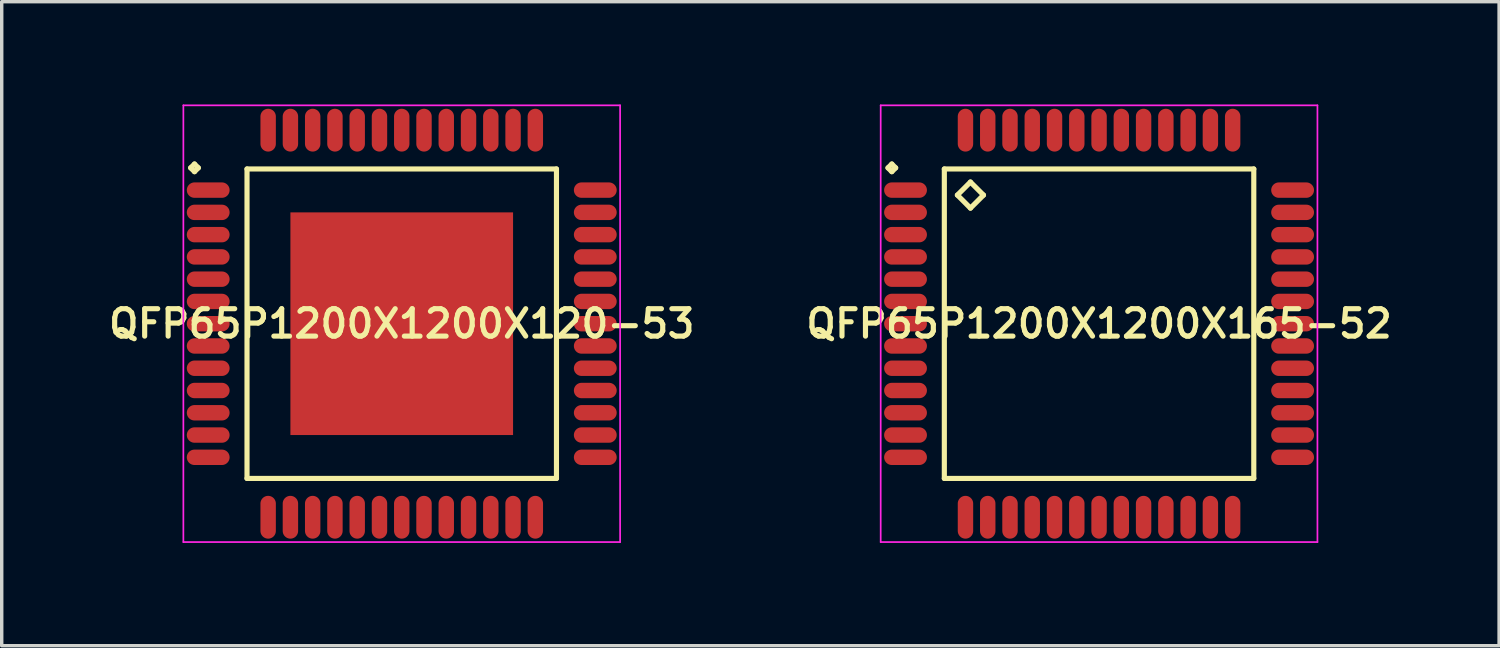
<source format=kicad_pcb>
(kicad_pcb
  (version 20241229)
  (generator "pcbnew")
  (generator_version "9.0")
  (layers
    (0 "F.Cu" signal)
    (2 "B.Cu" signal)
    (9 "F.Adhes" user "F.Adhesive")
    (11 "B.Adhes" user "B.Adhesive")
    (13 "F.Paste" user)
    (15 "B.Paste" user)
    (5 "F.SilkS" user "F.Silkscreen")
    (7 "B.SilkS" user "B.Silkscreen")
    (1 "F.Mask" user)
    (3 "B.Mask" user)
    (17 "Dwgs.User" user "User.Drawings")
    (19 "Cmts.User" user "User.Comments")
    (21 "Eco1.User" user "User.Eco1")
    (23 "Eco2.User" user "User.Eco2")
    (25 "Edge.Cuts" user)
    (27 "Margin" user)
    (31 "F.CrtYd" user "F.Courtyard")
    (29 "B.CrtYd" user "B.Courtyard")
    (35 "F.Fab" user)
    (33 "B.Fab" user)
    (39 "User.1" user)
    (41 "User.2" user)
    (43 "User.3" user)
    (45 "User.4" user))
  (footprint "QFP65P1200X1200X120-53"
    (layer "F.Cu")
    (at 8.678 6.4)
    (property "Reference" "QFP65P1200X1200X120-53" (at 0 0 0) (layer "F.SilkS") (effects (font (size 0.8 0.8) (thickness 0.15))))
    (attr smd)
    (fp_line (start -6.162 -4.55) (end -6.05 -4.662) (stroke (width 0.15) (type solid)) (layer "F.SilkS"))
    (fp_line (start -6.05 -4.662) (end -5.938 -4.55) (stroke (width 0.15) (type solid)) (layer "F.SilkS"))
    (fp_line (start -6.05 -4.438) (end -6.162 -4.55) (stroke (width 0.15) (type solid)) (layer "F.SilkS"))
    (fp_line (start -5.938 -4.55) (end -6.05 -4.438) (stroke (width 0.15) (type solid)) (layer "F.SilkS"))
    (fp_line (start -4.517 -4.517) (end -4.517 4.517) (stroke (width 0.15) (type solid)) (layer "F.SilkS"))
    (fp_line (start -4.517 4.517) (end 4.517 4.517) (stroke (width 0.15) (type solid)) (layer "F.SilkS"))
    (fp_line (start 4.517 -4.517) (end -4.517 -4.517) (stroke (width 0.15) (type solid)) (layer "F.SilkS"))
    (fp_line (start 4.517 4.517) (end 4.517 -4.517) (stroke (width 0.15) (type solid)) (layer "F.SilkS"))
    (fp_line (start -6.375 -6.375) (end 6.375 -6.375) (stroke (width 0.05) (type solid)) (layer "F.CrtYd"))
    (fp_line (start -6.375 6.375) (end -6.375 -6.375) (stroke (width 0.05) (type solid)) (layer "F.CrtYd"))
    (fp_line (start 6.375 -6.375) (end 6.375 6.375) (stroke (width 0.05) (type solid)) (layer "F.CrtYd"))
    (fp_line (start 6.375 6.375) (end -6.375 6.375) (stroke (width 0.05) (type solid)) (layer "F.CrtYd"))
    (pad "1" smd oval (at -5.65 -3.9) (size 1.25 0.45) (layers "F.Cu" "F.Mask" "F.Paste"))
    (pad "2" smd oval (at -5.65 -3.25) (size 1.25 0.45) (layers "F.Cu" "F.Mask" "F.Paste"))
    (pad "3" smd oval (at -5.65 -2.6) (size 1.25 0.45) (layers "F.Cu" "F.Mask" "F.Paste"))
    (pad "4" smd oval (at -5.65 -1.95) (size 1.25 0.45) (layers "F.Cu" "F.Mask" "F.Paste"))
    (pad "5" smd oval (at -5.65 -1.3) (size 1.25 0.45) (layers "F.Cu" "F.Mask" "F.Paste"))
    (pad "6" smd oval (at -5.65 -0.65) (size 1.25 0.45) (layers "F.Cu" "F.Mask" "F.Paste"))
    (pad "7" smd oval (at -5.65 0) (size 1.25 0.45) (layers "F.Cu" "F.Mask" "F.Paste"))
    (pad "8" smd oval (at -5.65 0.65) (size 1.25 0.45) (layers "F.Cu" "F.Mask" "F.Paste"))
    (pad "9" smd oval (at -5.65 1.3) (size 1.25 0.45) (layers "F.Cu" "F.Mask" "F.Paste"))
    (pad "10" smd oval (at -5.65 1.95) (size 1.25 0.45) (layers "F.Cu" "F.Mask" "F.Paste"))
    (pad "11" smd oval (at -5.65 2.6) (size 1.25 0.45) (layers "F.Cu" "F.Mask" "F.Paste"))
    (pad "12" smd oval (at -5.65 3.25) (size 1.25 0.45) (layers "F.Cu" "F.Mask" "F.Paste"))
    (pad "13" smd oval (at -5.65 3.9) (size 1.25 0.45) (layers "F.Cu" "F.Mask" "F.Paste"))
    (pad "14" smd oval (at -3.9 5.65) (size 0.45 1.25) (layers "F.Cu" "F.Mask" "F.Paste"))
    (pad "15" smd oval (at -3.25 5.65) (size 0.45 1.25) (layers "F.Cu" "F.Mask" "F.Paste"))
    (pad "16" smd oval (at -2.6 5.65) (size 0.45 1.25) (layers "F.Cu" "F.Mask" "F.Paste"))
    (pad "17" smd oval (at -1.95 5.65) (size 0.45 1.25) (layers "F.Cu" "F.Mask" "F.Paste"))
    (pad "18" smd oval (at -1.3 5.65) (size 0.45 1.25) (layers "F.Cu" "F.Mask" "F.Paste"))
    (pad "19" smd oval (at -0.65 5.65) (size 0.45 1.25) (layers "F.Cu" "F.Mask" "F.Paste"))
    (pad "20" smd oval (at 0 5.65) (size 0.45 1.25) (layers "F.Cu" "F.Mask" "F.Paste"))
    (pad "21" smd oval (at 0.65 5.65) (size 0.45 1.25) (layers "F.Cu" "F.Mask" "F.Paste"))
    (pad "22" smd oval (at 1.3 5.65) (size 0.45 1.25) (layers "F.Cu" "F.Mask" "F.Paste"))
    (pad "23" smd oval (at 1.95 5.65) (size 0.45 1.25) (layers "F.Cu" "F.Mask" "F.Paste"))
    (pad "24" smd oval (at 2.6 5.65) (size 0.45 1.25) (layers "F.Cu" "F.Mask" "F.Paste"))
    (pad "25" smd oval (at 3.25 5.65) (size 0.45 1.25) (layers "F.Cu" "F.Mask" "F.Paste"))
    (pad "26" smd oval (at 3.9 5.65) (size 0.45 1.25) (layers "F.Cu" "F.Mask" "F.Paste"))
    (pad "27" smd oval (at 5.65 3.9) (size 1.25 0.45) (layers "F.Cu" "F.Mask" "F.Paste"))
    (pad "28" smd oval (at 5.65 3.25) (size 1.25 0.45) (layers "F.Cu" "F.Mask" "F.Paste"))
    (pad "29" smd oval (at 5.65 2.6) (size 1.25 0.45) (layers "F.Cu" "F.Mask" "F.Paste"))
    (pad "30" smd oval (at 5.65 1.95) (size 1.25 0.45) (layers "F.Cu" "F.Mask" "F.Paste"))
    (pad "31" smd oval (at 5.65 1.3) (size 1.25 0.45) (layers "F.Cu" "F.Mask" "F.Paste"))
    (pad "32" smd oval (at 5.65 0.65) (size 1.25 0.45) (layers "F.Cu" "F.Mask" "F.Paste"))
    (pad "33" smd oval (at 5.65 0) (size 1.25 0.45) (layers "F.Cu" "F.Mask" "F.Paste"))
    (pad "34" smd oval (at 5.65 -0.65) (size 1.25 0.45) (layers "F.Cu" "F.Mask" "F.Paste"))
    (pad "35" smd oval (at 5.65 -1.3) (size 1.25 0.45) (layers "F.Cu" "F.Mask" "F.Paste"))
    (pad "36" smd oval (at 5.65 -1.95) (size 1.25 0.45) (layers "F.Cu" "F.Mask" "F.Paste"))
    (pad "37" smd oval (at 5.65 -2.6) (size 1.25 0.45) (layers "F.Cu" "F.Mask" "F.Paste"))
    (pad "38" smd oval (at 5.65 -3.25) (size 1.25 0.45) (layers "F.Cu" "F.Mask" "F.Paste"))
    (pad "39" smd oval (at 5.65 -3.9) (size 1.25 0.45) (layers "F.Cu" "F.Mask" "F.Paste"))
    (pad "40" smd oval (at 3.9 -5.65) (size 0.45 1.25) (layers "F.Cu" "F.Mask" "F.Paste"))
    (pad "41" smd oval (at 3.25 -5.65) (size 0.45 1.25) (layers "F.Cu" "F.Mask" "F.Paste"))
    (pad "42" smd oval (at 2.6 -5.65) (size 0.45 1.25) (layers "F.Cu" "F.Mask" "F.Paste"))
    (pad "43" smd oval (at 1.95 -5.65) (size 0.45 1.25) (layers "F.Cu" "F.Mask" "F.Paste"))
    (pad "44" smd oval (at 1.3 -5.65) (size 0.45 1.25) (layers "F.Cu" "F.Mask" "F.Paste"))
    (pad "45" smd oval (at 0.65 -5.65) (size 0.45 1.25) (layers "F.Cu" "F.Mask" "F.Paste"))
    (pad "46" smd oval (at 0 -5.65) (size 0.45 1.25) (layers "F.Cu" "F.Mask" "F.Paste"))
    (pad "47" smd oval (at -0.65 -5.65) (size 0.45 1.25) (layers "F.Cu" "F.Mask" "F.Paste"))
    (pad "48" smd oval (at -1.3 -5.65) (size 0.45 1.25) (layers "F.Cu" "F.Mask" "F.Paste"))
    (pad "49" smd oval (at -1.95 -5.65) (size 0.45 1.25) (layers "F.Cu" "F.Mask" "F.Paste"))
    (pad "50" smd oval (at -2.6 -5.65) (size 0.45 1.25) (layers "F.Cu" "F.Mask" "F.Paste"))
    (pad "51" smd oval (at -3.25 -5.65) (size 0.45 1.25) (layers "F.Cu" "F.Mask" "F.Paste"))
    (pad "52" smd oval (at -3.9 -5.65) (size 0.45 1.25) (layers "F.Cu" "F.Mask" "F.Paste"))
    (pad "53" smd rect (at 0 0) (size 6.5 6.5) (layers "F.Cu" "F.Mask" "F.Paste")))
  (footprint "QFP65P1200X1200X165-52"
    (layer "F.Cu")
    (at 29.035 6.4)
    (property "Reference" "QFP65P1200X1200X165-52" (at 0 0 0) (layer "F.SilkS") (effects (font (size 0.8 0.8) (thickness 0.15))))
    (attr smd)
    (fp_line (start -6.162 -4.55) (end -6.05 -4.662) (stroke (width 0.15) (type solid)) (layer "F.SilkS"))
    (fp_line (start -6.05 -4.662) (end -5.938 -4.55) (stroke (width 0.15) (type solid)) (layer "F.SilkS"))
    (fp_line (start -6.05 -4.438) (end -6.162 -4.55) (stroke (width 0.15) (type solid)) (layer "F.SilkS"))
    (fp_line (start -5.938 -4.55) (end -6.05 -4.438) (stroke (width 0.15) (type solid)) (layer "F.SilkS"))
    (fp_line (start -4.517 -4.517) (end -4.517 4.517) (stroke (width 0.15) (type solid)) (layer "F.SilkS"))
    (fp_line (start -4.517 4.517) (end 4.517 4.517) (stroke (width 0.15) (type solid)) (layer "F.SilkS"))
    (fp_line (start -4.136 -3.755) (end -3.755 -4.136) (stroke (width 0.15) (type solid)) (layer "F.SilkS"))
    (fp_line (start -3.755 -4.136) (end -3.374 -3.755) (stroke (width 0.15) (type solid)) (layer "F.SilkS"))
    (fp_line (start -3.755 -3.374) (end -4.136 -3.755) (stroke (width 0.15) (type solid)) (layer "F.SilkS"))
    (fp_line (start -3.374 -3.755) (end -3.755 -3.374) (stroke (width 0.15) (type solid)) (layer "F.SilkS"))
    (fp_line (start 4.517 -4.517) (end -4.517 -4.517) (stroke (width 0.15) (type solid)) (layer "F.SilkS"))
    (fp_line (start 4.517 4.517) (end 4.517 -4.517) (stroke (width 0.15) (type solid)) (layer "F.SilkS"))
    (fp_line (start -6.375 -6.375) (end 6.375 -6.375) (stroke (width 0.05) (type solid)) (layer "F.CrtYd"))
    (fp_line (start -6.375 6.375) (end -6.375 -6.375) (stroke (width 0.05) (type solid)) (layer "F.CrtYd"))
    (fp_line (start 6.375 -6.375) (end 6.375 6.375) (stroke (width 0.05) (type solid)) (layer "F.CrtYd"))
    (fp_line (start 6.375 6.375) (end -6.375 6.375) (stroke (width 0.05) (type solid)) (layer "F.CrtYd"))
    (pad "1" smd oval (at -5.65 -3.9) (size 1.25 0.45) (layers "F.Cu" "F.Mask" "F.Paste"))
    (pad "2" smd oval (at -5.65 -3.25) (size 1.25 0.45) (layers "F.Cu" "F.Mask" "F.Paste"))
    (pad "3" smd oval (at -5.65 -2.6) (size 1.25 0.45) (layers "F.Cu" "F.Mask" "F.Paste"))
    (pad "4" smd oval (at -5.65 -1.95) (size 1.25 0.45) (layers "F.Cu" "F.Mask" "F.Paste"))
    (pad "5" smd oval (at -5.65 -1.3) (size 1.25 0.45) (layers "F.Cu" "F.Mask" "F.Paste"))
    (pad "6" smd oval (at -5.65 -0.65) (size 1.25 0.45) (layers "F.Cu" "F.Mask" "F.Paste"))
    (pad "7" smd oval (at -5.65 0) (size 1.25 0.45) (layers "F.Cu" "F.Mask" "F.Paste"))
    (pad "8" smd oval (at -5.65 0.65) (size 1.25 0.45) (layers "F.Cu" "F.Mask" "F.Paste"))
    (pad "9" smd oval (at -5.65 1.3) (size 1.25 0.45) (layers "F.Cu" "F.Mask" "F.Paste"))
    (pad "10" smd oval (at -5.65 1.95) (size 1.25 0.45) (layers "F.Cu" "F.Mask" "F.Paste"))
    (pad "11" smd oval (at -5.65 2.6) (size 1.25 0.45) (layers "F.Cu" "F.Mask" "F.Paste"))
    (pad "12" smd oval (at -5.65 3.25) (size 1.25 0.45) (layers "F.Cu" "F.Mask" "F.Paste"))
    (pad "13" smd oval (at -5.65 3.9) (size 1.25 0.45) (layers "F.Cu" "F.Mask" "F.Paste"))
    (pad "14" smd oval (at -3.9 5.65) (size 0.45 1.25) (layers "F.Cu" "F.Mask" "F.Paste"))
    (pad "15" smd oval (at -3.25 5.65) (size 0.45 1.25) (layers "F.Cu" "F.Mask" "F.Paste"))
    (pad "16" smd oval (at -2.6 5.65) (size 0.45 1.25) (layers "F.Cu" "F.Mask" "F.Paste"))
    (pad "17" smd oval (at -1.95 5.65) (size 0.45 1.25) (layers "F.Cu" "F.Mask" "F.Paste"))
    (pad "18" smd oval (at -1.3 5.65) (size 0.45 1.25) (layers "F.Cu" "F.Mask" "F.Paste"))
    (pad "19" smd oval (at -0.65 5.65) (size 0.45 1.25) (layers "F.Cu" "F.Mask" "F.Paste"))
    (pad "20" smd oval (at 0 5.65) (size 0.45 1.25) (layers "F.Cu" "F.Mask" "F.Paste"))
    (pad "21" smd oval (at 0.65 5.65) (size 0.45 1.25) (layers "F.Cu" "F.Mask" "F.Paste"))
    (pad "22" smd oval (at 1.3 5.65) (size 0.45 1.25) (layers "F.Cu" "F.Mask" "F.Paste"))
    (pad "23" smd oval (at 1.95 5.65) (size 0.45 1.25) (layers "F.Cu" "F.Mask" "F.Paste"))
    (pad "24" smd oval (at 2.6 5.65) (size 0.45 1.25) (layers "F.Cu" "F.Mask" "F.Paste"))
    (pad "25" smd oval (at 3.25 5.65) (size 0.45 1.25) (layers "F.Cu" "F.Mask" "F.Paste"))
    (pad "26" smd oval (at 3.9 5.65) (size 0.45 1.25) (layers "F.Cu" "F.Mask" "F.Paste"))
    (pad "27" smd oval (at 5.65 3.9) (size 1.25 0.45) (layers "F.Cu" "F.Mask" "F.Paste"))
    (pad "28" smd oval (at 5.65 3.25) (size 1.25 0.45) (layers "F.Cu" "F.Mask" "F.Paste"))
    (pad "29" smd oval (at 5.65 2.6) (size 1.25 0.45) (layers "F.Cu" "F.Mask" "F.Paste"))
    (pad "30" smd oval (at 5.65 1.95) (size 1.25 0.45) (layers "F.Cu" "F.Mask" "F.Paste"))
    (pad "31" smd oval (at 5.65 1.3) (size 1.25 0.45) (layers "F.Cu" "F.Mask" "F.Paste"))
    (pad "32" smd oval (at 5.65 0.65) (size 1.25 0.45) (layers "F.Cu" "F.Mask" "F.Paste"))
    (pad "33" smd oval (at 5.65 0) (size 1.25 0.45) (layers "F.Cu" "F.Mask" "F.Paste"))
    (pad "34" smd oval (at 5.65 -0.65) (size 1.25 0.45) (layers "F.Cu" "F.Mask" "F.Paste"))
    (pad "35" smd oval (at 5.65 -1.3) (size 1.25 0.45) (layers "F.Cu" "F.Mask" "F.Paste"))
    (pad "36" smd oval (at 5.65 -1.95) (size 1.25 0.45) (layers "F.Cu" "F.Mask" "F.Paste"))
    (pad "37" smd oval (at 5.65 -2.6) (size 1.25 0.45) (layers "F.Cu" "F.Mask" "F.Paste"))
    (pad "38" smd oval (at 5.65 -3.25) (size 1.25 0.45) (layers "F.Cu" "F.Mask" "F.Paste"))
    (pad "39" smd oval (at 5.65 -3.9) (size 1.25 0.45) (layers "F.Cu" "F.Mask" "F.Paste"))
    (pad "40" smd oval (at 3.9 -5.65) (size 0.45 1.25) (layers "F.Cu" "F.Mask" "F.Paste"))
    (pad "41" smd oval (at 3.25 -5.65) (size 0.45 1.25) (layers "F.Cu" "F.Mask" "F.Paste"))
    (pad "42" smd oval (at 2.6 -5.65) (size 0.45 1.25) (layers "F.Cu" "F.Mask" "F.Paste"))
    (pad "43" smd oval (at 1.95 -5.65) (size 0.45 1.25) (layers "F.Cu" "F.Mask" "F.Paste"))
    (pad "44" smd oval (at 1.3 -5.65) (size 0.45 1.25) (layers "F.Cu" "F.Mask" "F.Paste"))
    (pad "45" smd oval (at 0.65 -5.65) (size 0.45 1.25) (layers "F.Cu" "F.Mask" "F.Paste"))
    (pad "46" smd oval (at 0 -5.65) (size 0.45 1.25) (layers "F.Cu" "F.Mask" "F.Paste"))
    (pad "47" smd oval (at -0.65 -5.65) (size 0.45 1.25) (layers "F.Cu" "F.Mask" "F.Paste"))
    (pad "48" smd oval (at -1.3 -5.65) (size 0.45 1.25) (layers "F.Cu" "F.Mask" "F.Paste"))
    (pad "49" smd oval (at -1.95 -5.65) (size 0.45 1.25) (layers "F.Cu" "F.Mask" "F.Paste"))
    (pad "50" smd oval (at -2.6 -5.65) (size 0.45 1.25) (layers "F.Cu" "F.Mask" "F.Paste"))
    (pad "51" smd oval (at -3.25 -5.65) (size 0.45 1.25) (layers "F.Cu" "F.Mask" "F.Paste"))
    (pad "52" smd oval (at -3.9 -5.65) (size 0.45 1.25) (layers "F.Cu" "F.Mask" "F.Paste")))
  (gr_rect
    (start -3 -3)
    (end 40.713 15.8)
    (stroke (width 0.1) (type default))
    (fill no)
    (layer "Edge.Cuts")))
</source>
